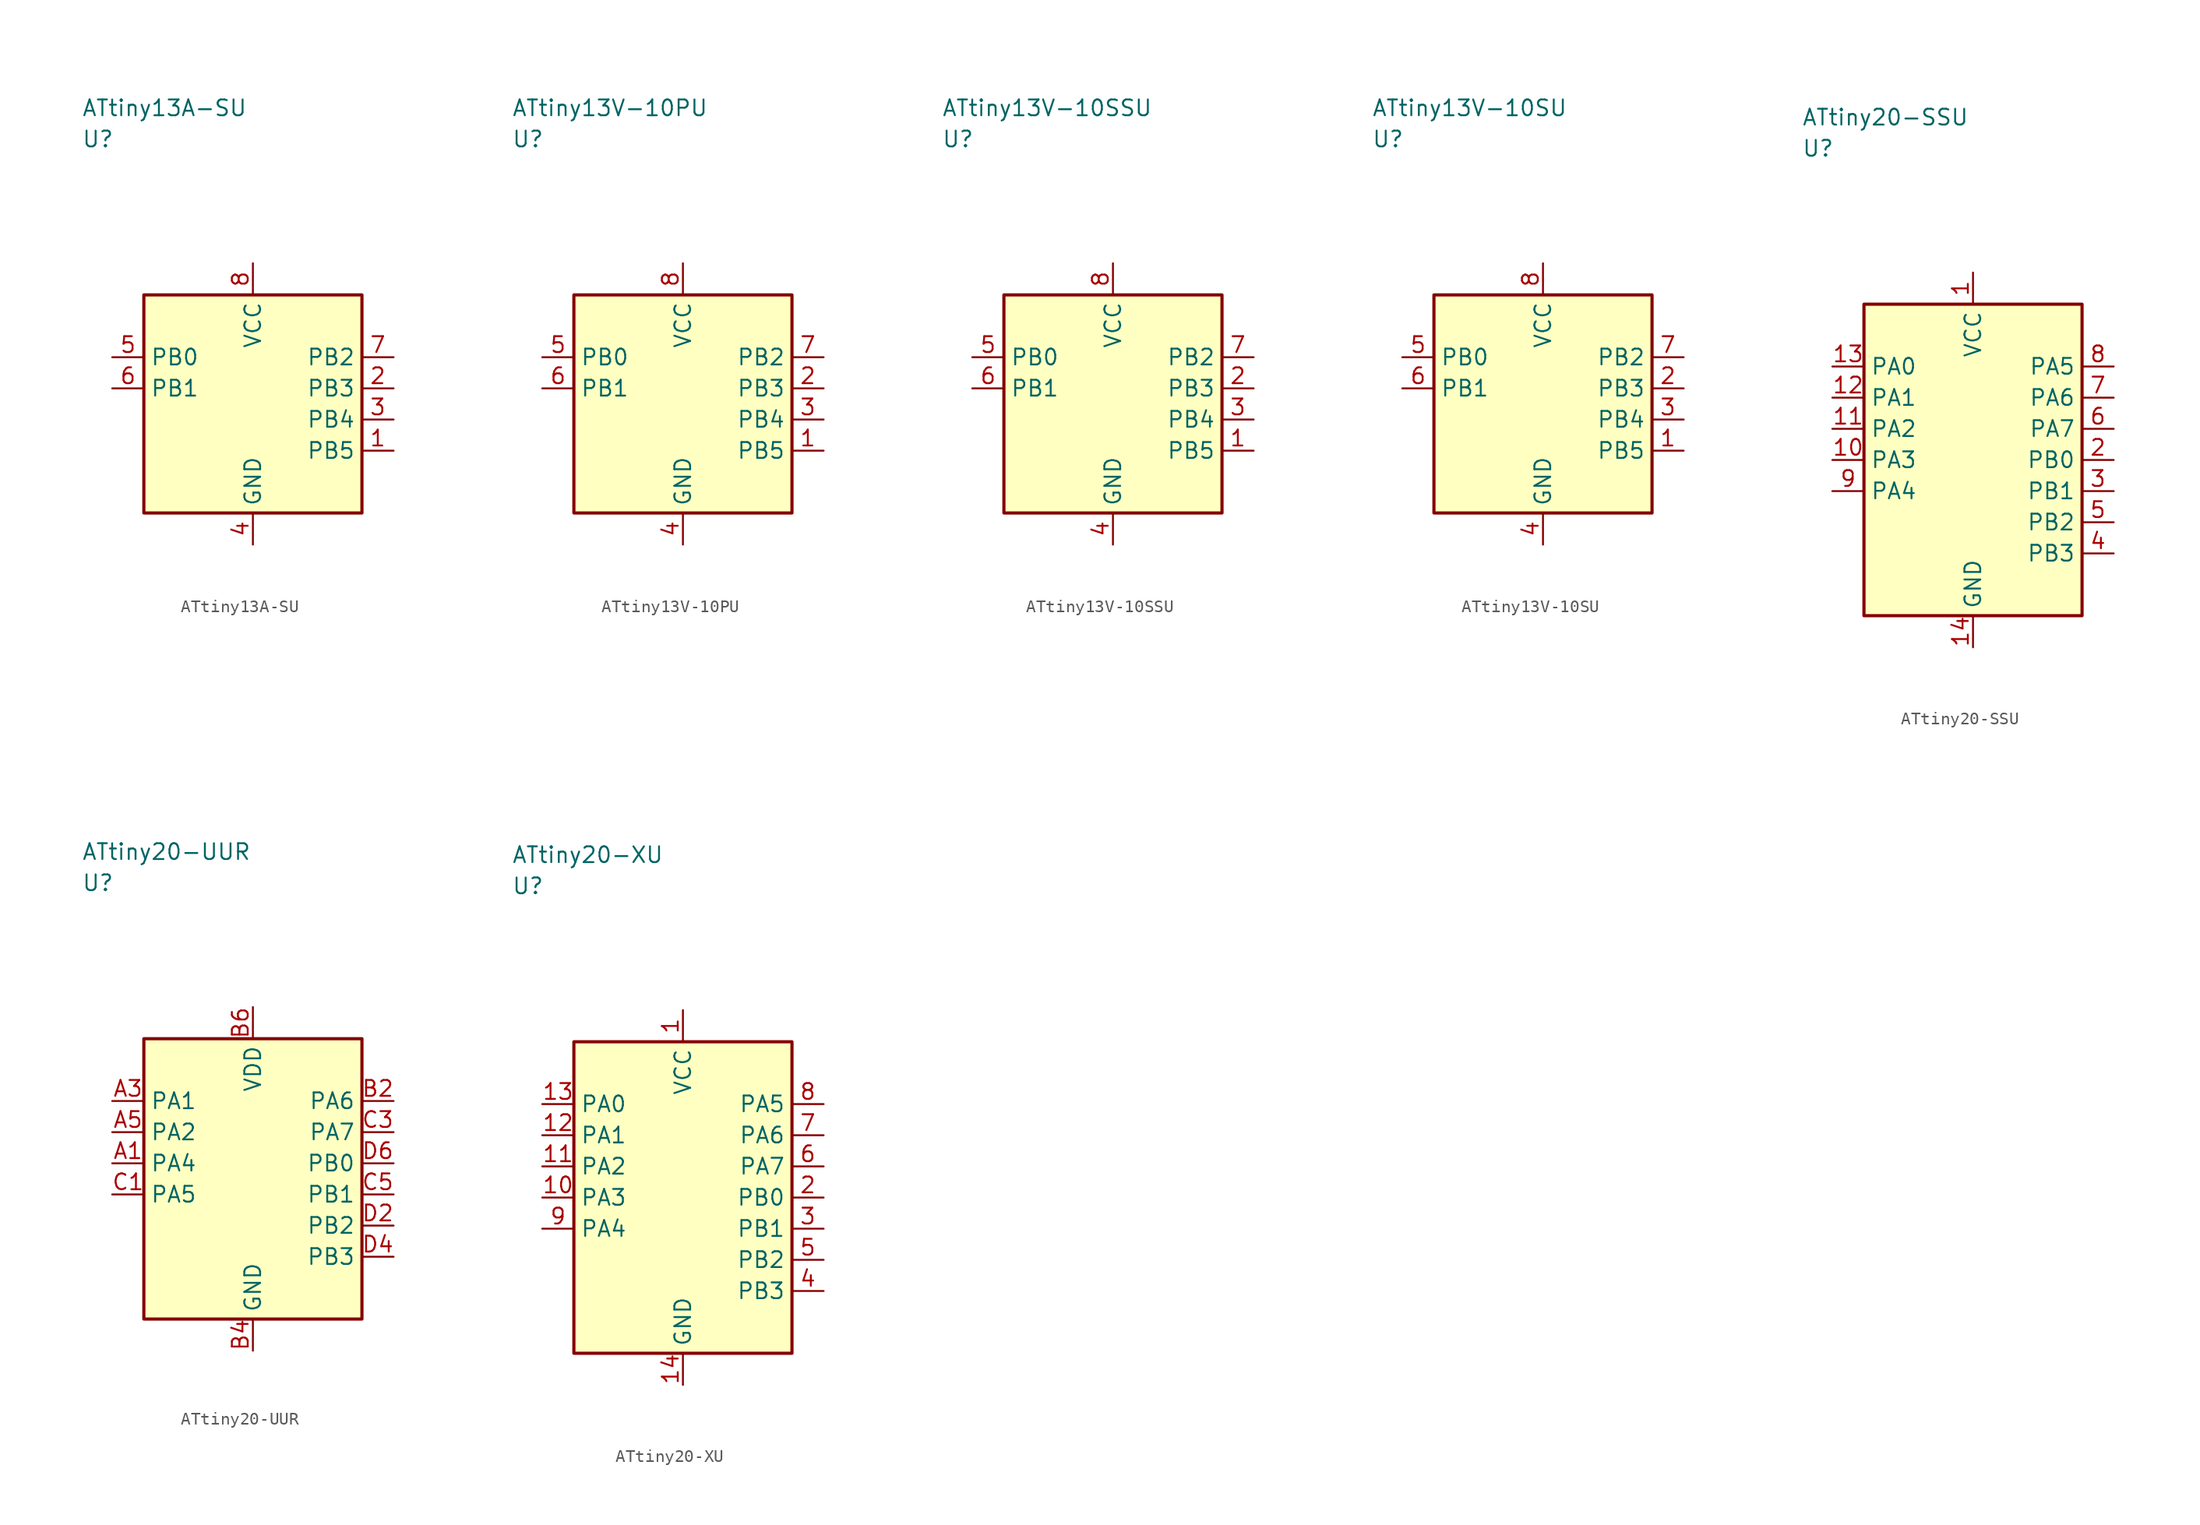
<source format=kicad_sym>
(kicad_symbol_lib
  (version 20241025)
  (generator "kicad_symbol_editor")
  (generator_version "8.0")
  (symbol "ATtiny13A-SU"
    (property "Reference" "U"
      (at -13.75 21.25 0)
      (effects (font (size 1.27 1.27)) (justify left)))
    (property "Value" "ATtiny13A-SU"
      (at -13.75 23.75 0)
      (effects (font (size 1.27 1.27)) (justify left)))
    (symbol "ATtiny13A-SU_0_1"
      (rectangle (start -8.75 8.75) (end 8.75 -8.75) (stroke (width 0.254) (type default)) (fill (type background))))
    (symbol "ATtiny13A-SU_1_1"
      (pin bidirectional line (at 11.29 -3.75 180.0) (length 2.54) (name "PB5" (effects (font (size 1.27 1.27)))) (number "1" (effects (font (size 1.27 1.27)))))
      (pin bidirectional line (at 11.29 1.25 180.0) (length 2.54) (name "PB3" (effects (font (size 1.27 1.27)))) (number "2" (effects (font (size 1.27 1.27)))))
      (pin bidirectional line (at 11.29 -1.25 180.0) (length 2.54) (name "PB4" (effects (font (size 1.27 1.27)))) (number "3" (effects (font (size 1.27 1.27)))))
      (pin passive line (at 0.0 -11.29 90.0) (length 2.54) (name "GND" (effects (font (size 1.27 1.27)))) (number "4" (effects (font (size 1.27 1.27)))))
      (pin bidirectional line (at -11.29 3.75 0.0) (length 2.54) (name "PB0" (effects (font (size 1.27 1.27)))) (number "5" (effects (font (size 1.27 1.27)))))
      (pin bidirectional line (at -11.29 1.25 0.0) (length 2.54) (name "PB1" (effects (font (size 1.27 1.27)))) (number "6" (effects (font (size 1.27 1.27)))))
      (pin bidirectional line (at 11.29 3.75 180.0) (length 2.54) (name "PB2" (effects (font (size 1.27 1.27)))) (number "7" (effects (font (size 1.27 1.27)))))
      (pin power_in line (at 0.0 11.29 270.0) (length 2.54) (name "VCC" (effects (font (size 1.27 1.27)))) (number "8" (effects (font (size 1.27 1.27)))))))
  (symbol "ATtiny13V-10PU"
    (property "Reference" "U"
      (at -13.75 21.25 0)
      (effects (font (size 1.27 1.27)) (justify left)))
    (property "Value" "ATtiny13V-10PU"
      (at -13.75 23.75 0)
      (effects (font (size 1.27 1.27)) (justify left)))
    (symbol "ATtiny13V-10PU_0_1"
      (rectangle (start -8.75 8.75) (end 8.75 -8.75) (stroke (width 0.254) (type default)) (fill (type background))))
    (symbol "ATtiny13V-10PU_1_1"
      (pin bidirectional line (at 11.29 -3.75 180.0) (length 2.54) (name "PB5" (effects (font (size 1.27 1.27)))) (number "1" (effects (font (size 1.27 1.27)))))
      (pin bidirectional line (at 11.29 1.25 180.0) (length 2.54) (name "PB3" (effects (font (size 1.27 1.27)))) (number "2" (effects (font (size 1.27 1.27)))))
      (pin bidirectional line (at 11.29 -1.25 180.0) (length 2.54) (name "PB4" (effects (font (size 1.27 1.27)))) (number "3" (effects (font (size 1.27 1.27)))))
      (pin passive line (at 0.0 -11.29 90.0) (length 2.54) (name "GND" (effects (font (size 1.27 1.27)))) (number "4" (effects (font (size 1.27 1.27)))))
      (pin bidirectional line (at -11.29 3.75 0.0) (length 2.54) (name "PB0" (effects (font (size 1.27 1.27)))) (number "5" (effects (font (size 1.27 1.27)))))
      (pin bidirectional line (at -11.29 1.25 0.0) (length 2.54) (name "PB1" (effects (font (size 1.27 1.27)))) (number "6" (effects (font (size 1.27 1.27)))))
      (pin bidirectional line (at 11.29 3.75 180.0) (length 2.54) (name "PB2" (effects (font (size 1.27 1.27)))) (number "7" (effects (font (size 1.27 1.27)))))
      (pin power_in line (at 0.0 11.29 270.0) (length 2.54) (name "VCC" (effects (font (size 1.27 1.27)))) (number "8" (effects (font (size 1.27 1.27)))))))
  (symbol "ATtiny13V-10SSU"
    (property "Reference" "U"
      (at -13.75 21.25 0)
      (effects (font (size 1.27 1.27)) (justify left)))
    (property "Value" "ATtiny13V-10SSU"
      (at -13.75 23.75 0)
      (effects (font (size 1.27 1.27)) (justify left)))
    (symbol "ATtiny13V-10SSU_0_1"
      (rectangle (start -8.75 8.75) (end 8.75 -8.75) (stroke (width 0.254) (type default)) (fill (type background))))
    (symbol "ATtiny13V-10SSU_1_1"
      (pin bidirectional line (at 11.29 -3.75 180.0) (length 2.54) (name "PB5" (effects (font (size 1.27 1.27)))) (number "1" (effects (font (size 1.27 1.27)))))
      (pin bidirectional line (at 11.29 1.25 180.0) (length 2.54) (name "PB3" (effects (font (size 1.27 1.27)))) (number "2" (effects (font (size 1.27 1.27)))))
      (pin bidirectional line (at 11.29 -1.25 180.0) (length 2.54) (name "PB4" (effects (font (size 1.27 1.27)))) (number "3" (effects (font (size 1.27 1.27)))))
      (pin passive line (at 0.0 -11.29 90.0) (length 2.54) (name "GND" (effects (font (size 1.27 1.27)))) (number "4" (effects (font (size 1.27 1.27)))))
      (pin bidirectional line (at -11.29 3.75 0.0) (length 2.54) (name "PB0" (effects (font (size 1.27 1.27)))) (number "5" (effects (font (size 1.27 1.27)))))
      (pin bidirectional line (at -11.29 1.25 0.0) (length 2.54) (name "PB1" (effects (font (size 1.27 1.27)))) (number "6" (effects (font (size 1.27 1.27)))))
      (pin bidirectional line (at 11.29 3.75 180.0) (length 2.54) (name "PB2" (effects (font (size 1.27 1.27)))) (number "7" (effects (font (size 1.27 1.27)))))
      (pin power_in line (at 0.0 11.29 270.0) (length 2.54) (name "VCC" (effects (font (size 1.27 1.27)))) (number "8" (effects (font (size 1.27 1.27)))))))
  (symbol "ATtiny13V-10SU"
    (property "Reference" "U"
      (at -13.75 21.25 0)
      (effects (font (size 1.27 1.27)) (justify left)))
    (property "Value" "ATtiny13V-10SU"
      (at -13.75 23.75 0)
      (effects (font (size 1.27 1.27)) (justify left)))
    (symbol "ATtiny13V-10SU_0_1"
      (rectangle (start -8.75 8.75) (end 8.75 -8.75) (stroke (width 0.254) (type default)) (fill (type background))))
    (symbol "ATtiny13V-10SU_1_1"
      (pin bidirectional line (at 11.29 -3.75 180.0) (length 2.54) (name "PB5" (effects (font (size 1.27 1.27)))) (number "1" (effects (font (size 1.27 1.27)))))
      (pin bidirectional line (at 11.29 1.25 180.0) (length 2.54) (name "PB3" (effects (font (size 1.27 1.27)))) (number "2" (effects (font (size 1.27 1.27)))))
      (pin bidirectional line (at 11.29 -1.25 180.0) (length 2.54) (name "PB4" (effects (font (size 1.27 1.27)))) (number "3" (effects (font (size 1.27 1.27)))))
      (pin passive line (at 0.0 -11.29 90.0) (length 2.54) (name "GND" (effects (font (size 1.27 1.27)))) (number "4" (effects (font (size 1.27 1.27)))))
      (pin bidirectional line (at -11.29 3.75 0.0) (length 2.54) (name "PB0" (effects (font (size 1.27 1.27)))) (number "5" (effects (font (size 1.27 1.27)))))
      (pin bidirectional line (at -11.29 1.25 0.0) (length 2.54) (name "PB1" (effects (font (size 1.27 1.27)))) (number "6" (effects (font (size 1.27 1.27)))))
      (pin bidirectional line (at 11.29 3.75 180.0) (length 2.54) (name "PB2" (effects (font (size 1.27 1.27)))) (number "7" (effects (font (size 1.27 1.27)))))
      (pin power_in line (at 0.0 11.29 270.0) (length 2.54) (name "VCC" (effects (font (size 1.27 1.27)))) (number "8" (effects (font (size 1.27 1.27)))))))
  (symbol "ATtiny20-SSU"
    (property "Reference" "U"
      (at -13.75 25.0 0)
      (effects (font (size 1.27 1.27)) (justify left)))
    (property "Value" "ATtiny20-SSU"
      (at -13.75 27.5 0)
      (effects (font (size 1.27 1.27)) (justify left)))
    (symbol "ATtiny20-SSU_0_1"
      (rectangle (start -8.75 12.5) (end 8.75 -12.5) (stroke (width 0.254) (type default)) (fill (type background))))
    (symbol "ATtiny20-SSU_1_1"
      (pin power_in line (at 0.0 15.04 270.0) (length 2.54) (name "VCC" (effects (font (size 1.27 1.27)))) (number "1" (effects (font (size 1.27 1.27)))))
      (pin bidirectional line (at 11.29 0.0 180.0) (length 2.54) (name "PB0" (effects (font (size 1.27 1.27)))) (number "2" (effects (font (size 1.27 1.27)))))
      (pin bidirectional line (at 11.29 -2.5 180.0) (length 2.54) (name "PB1" (effects (font (size 1.27 1.27)))) (number "3" (effects (font (size 1.27 1.27)))))
      (pin bidirectional line (at 11.29 -7.5 180.0) (length 2.54) (name "PB3" (effects (font (size 1.27 1.27)))) (number "4" (effects (font (size 1.27 1.27)))))
      (pin bidirectional line (at 11.29 -5.0 180.0) (length 2.54) (name "PB2" (effects (font (size 1.27 1.27)))) (number "5" (effects (font (size 1.27 1.27)))))
      (pin bidirectional line (at 11.29 2.5 180.0) (length 2.54) (name "PA7" (effects (font (size 1.27 1.27)))) (number "6" (effects (font (size 1.27 1.27)))))
      (pin bidirectional line (at 11.29 5.0 180.0) (length 2.54) (name "PA6" (effects (font (size 1.27 1.27)))) (number "7" (effects (font (size 1.27 1.27)))))
      (pin bidirectional line (at 11.29 7.5 180.0) (length 2.54) (name "PA5" (effects (font (size 1.27 1.27)))) (number "8" (effects (font (size 1.27 1.27)))))
      (pin bidirectional line (at -11.29 -2.5 0.0) (length 2.54) (name "PA4" (effects (font (size 1.27 1.27)))) (number "9" (effects (font (size 1.27 1.27)))))
      (pin bidirectional line (at -11.29 0.0 0.0) (length 2.54) (name "PA3" (effects (font (size 1.27 1.27)))) (number "10" (effects (font (size 1.27 1.27)))))
      (pin bidirectional line (at -11.29 2.5 0.0) (length 2.54) (name "PA2" (effects (font (size 1.27 1.27)))) (number "11" (effects (font (size 1.27 1.27)))))
      (pin bidirectional line (at -11.29 5.0 0.0) (length 2.54) (name "PA1" (effects (font (size 1.27 1.27)))) (number "12" (effects (font (size 1.27 1.27)))))
      (pin bidirectional line (at -11.29 7.5 0.0) (length 2.54) (name "PA0" (effects (font (size 1.27 1.27)))) (number "13" (effects (font (size 1.27 1.27)))))
      (pin passive line (at 0.0 -15.04 90.0) (length 2.54) (name "GND" (effects (font (size 1.27 1.27)))) (number "14" (effects (font (size 1.27 1.27)))))))
  (symbol "ATtiny20-UUR"
    (property "Reference" "U"
      (at -13.75 23.75 0)
      (effects (font (size 1.27 1.27)) (justify left)))
    (property "Value" "ATtiny20-UUR"
      (at -13.75 26.25 0)
      (effects (font (size 1.27 1.27)) (justify left)))
    (symbol "ATtiny20-UUR_0_1"
      (rectangle (start -8.75 11.25) (end 8.75 -11.25) (stroke (width 0.254) (type default)) (fill (type background))))
    (symbol "ATtiny20-UUR_1_1"
      (pin bidirectional line (at -11.29 1.25 0.0) (length 2.54) (name "PA4" (effects (font (size 1.27 1.27)))) (number "A1" (effects (font (size 1.27 1.27)))))
      (pin bidirectional line (at -11.29 6.25 0.0) (length 2.54) (name "PA1" (effects (font (size 1.27 1.27)))) (number "A3" (effects (font (size 1.27 1.27)))))
      (pin bidirectional line (at -11.29 3.75 0.0) (length 2.54) (name "PA2" (effects (font (size 1.27 1.27)))) (number "A5" (effects (font (size 1.27 1.27)))))
      (pin bidirectional line (at 11.29 6.25 180.0) (length 2.54) (name "PA6" (effects (font (size 1.27 1.27)))) (number "B2" (effects (font (size 1.27 1.27)))))
      (pin passive line (at 0.0 -13.79 90.0) (length 2.54) (name "GND" (effects (font (size 1.27 1.27)))) (number "B4" (effects (font (size 1.27 1.27)))))
      (pin power_in line (at 0.0 13.79 270.0) (length 2.54) (name "VDD" (effects (font (size 1.27 1.27)))) (number "B6" (effects (font (size 1.27 1.27)))))
      (pin bidirectional line (at -11.29 -1.25 0.0) (length 2.54) (name "PA5" (effects (font (size 1.27 1.27)))) (number "C1" (effects (font (size 1.27 1.27)))))
      (pin bidirectional line (at 11.29 3.75 180.0) (length 2.54) (name "PA7" (effects (font (size 1.27 1.27)))) (number "C3" (effects (font (size 1.27 1.27)))))
      (pin bidirectional line (at 11.29 -1.25 180.0) (length 2.54) (name "PB1" (effects (font (size 1.27 1.27)))) (number "C5" (effects (font (size 1.27 1.27)))))
      (pin bidirectional line (at 11.29 -3.75 180.0) (length 2.54) (name "PB2" (effects (font (size 1.27 1.27)))) (number "D2" (effects (font (size 1.27 1.27)))))
      (pin bidirectional line (at 11.29 -6.25 180.0) (length 2.54) (name "PB3" (effects (font (size 1.27 1.27)))) (number "D4" (effects (font (size 1.27 1.27)))))
      (pin bidirectional line (at 11.29 1.25 180.0) (length 2.54) (name "PB0" (effects (font (size 1.27 1.27)))) (number "D6" (effects (font (size 1.27 1.27)))))))
  (symbol "ATtiny20-XU"
    (property "Reference" "U"
      (at -13.75 25.0 0)
      (effects (font (size 1.27 1.27)) (justify left)))
    (property "Value" "ATtiny20-XU"
      (at -13.75 27.5 0)
      (effects (font (size 1.27 1.27)) (justify left)))
    (symbol "ATtiny20-XU_0_1"
      (rectangle (start -8.75 12.5) (end 8.75 -12.5) (stroke (width 0.254) (type default)) (fill (type background))))
    (symbol "ATtiny20-XU_1_1"
      (pin power_in line (at 0.0 15.04 270.0) (length 2.54) (name "VCC" (effects (font (size 1.27 1.27)))) (number "1" (effects (font (size 1.27 1.27)))))
      (pin bidirectional line (at 11.29 0.0 180.0) (length 2.54) (name "PB0" (effects (font (size 1.27 1.27)))) (number "2" (effects (font (size 1.27 1.27)))))
      (pin bidirectional line (at 11.29 -2.5 180.0) (length 2.54) (name "PB1" (effects (font (size 1.27 1.27)))) (number "3" (effects (font (size 1.27 1.27)))))
      (pin bidirectional line (at 11.29 -7.5 180.0) (length 2.54) (name "PB3" (effects (font (size 1.27 1.27)))) (number "4" (effects (font (size 1.27 1.27)))))
      (pin bidirectional line (at 11.29 -5.0 180.0) (length 2.54) (name "PB2" (effects (font (size 1.27 1.27)))) (number "5" (effects (font (size 1.27 1.27)))))
      (pin bidirectional line (at 11.29 2.5 180.0) (length 2.54) (name "PA7" (effects (font (size 1.27 1.27)))) (number "6" (effects (font (size 1.27 1.27)))))
      (pin bidirectional line (at 11.29 5.0 180.0) (length 2.54) (name "PA6" (effects (font (size 1.27 1.27)))) (number "7" (effects (font (size 1.27 1.27)))))
      (pin bidirectional line (at 11.29 7.5 180.0) (length 2.54) (name "PA5" (effects (font (size 1.27 1.27)))) (number "8" (effects (font (size 1.27 1.27)))))
      (pin bidirectional line (at -11.29 -2.5 0.0) (length 2.54) (name "PA4" (effects (font (size 1.27 1.27)))) (number "9" (effects (font (size 1.27 1.27)))))
      (pin bidirectional line (at -11.29 0.0 0.0) (length 2.54) (name "PA3" (effects (font (size 1.27 1.27)))) (number "10" (effects (font (size 1.27 1.27)))))
      (pin bidirectional line (at -11.29 2.5 0.0) (length 2.54) (name "PA2" (effects (font (size 1.27 1.27)))) (number "11" (effects (font (size 1.27 1.27)))))
      (pin bidirectional line (at -11.29 5.0 0.0) (length 2.54) (name "PA1" (effects (font (size 1.27 1.27)))) (number "12" (effects (font (size 1.27 1.27)))))
      (pin bidirectional line (at -11.29 7.5 0.0) (length 2.54) (name "PA0" (effects (font (size 1.27 1.27)))) (number "13" (effects (font (size 1.27 1.27)))))
      (pin passive line (at 0.0 -15.04 90.0) (length 2.54) (name "GND" (effects (font (size 1.27 1.27)))) (number "14" (effects (font (size 1.27 1.27))))))))
</source>
